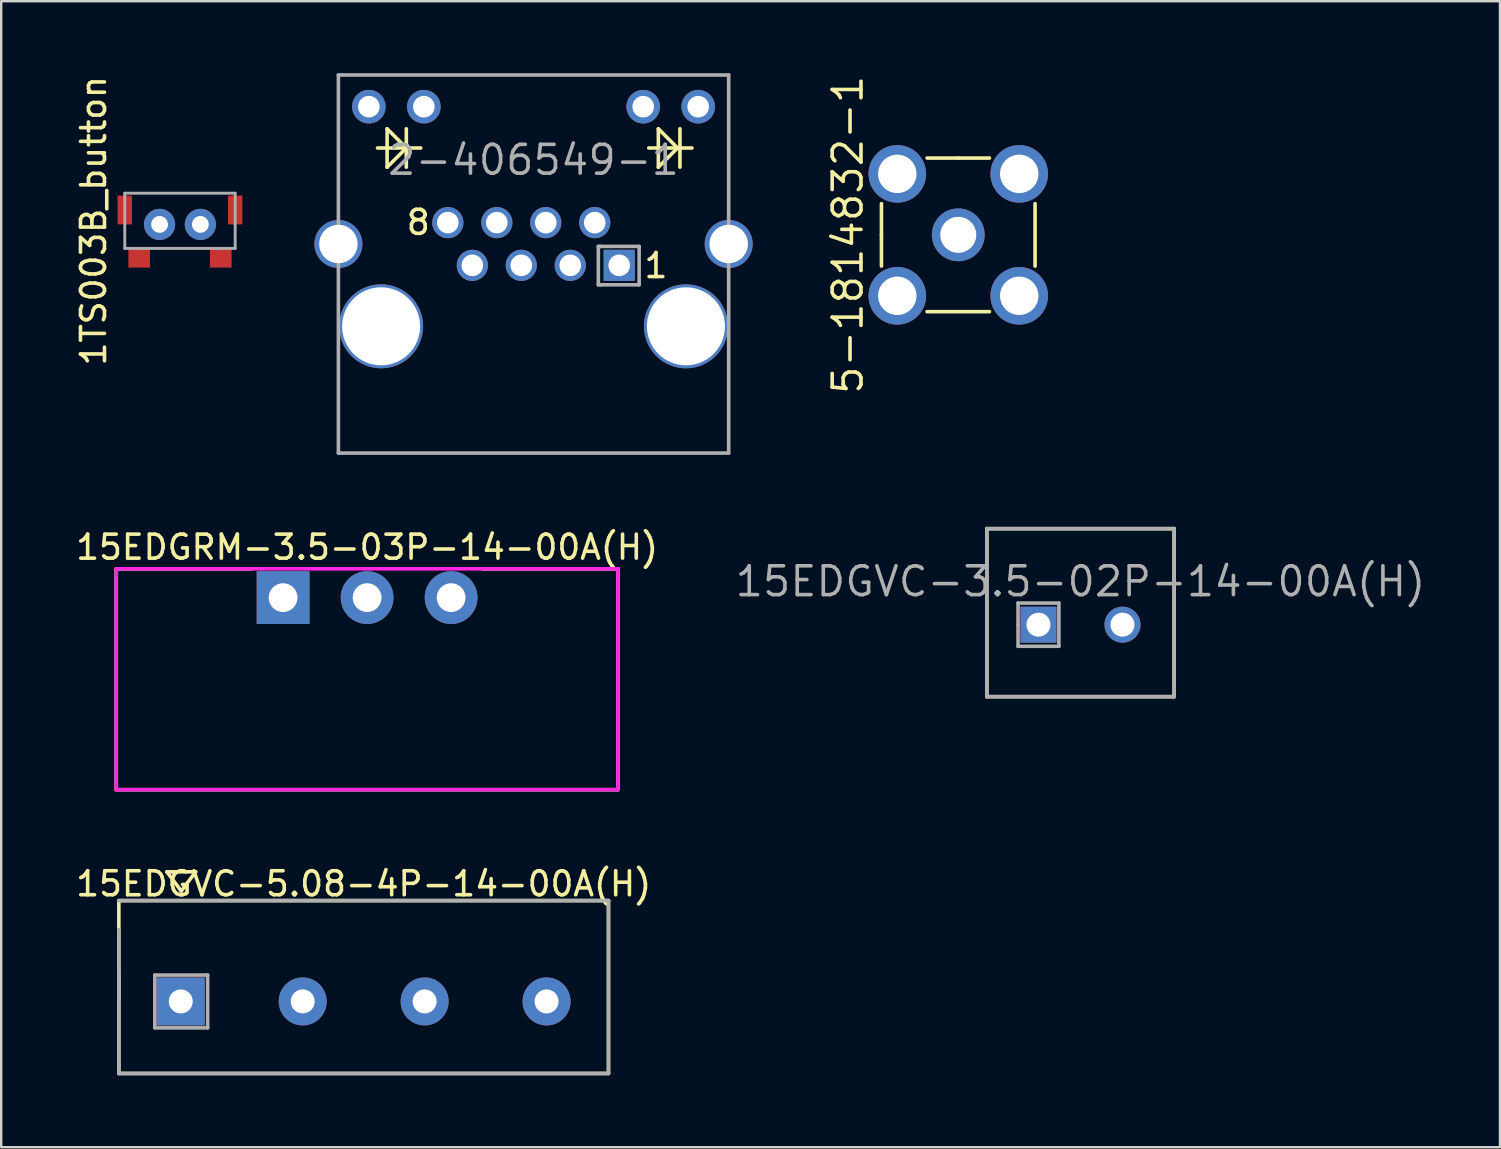
<source format=kicad_pcb>
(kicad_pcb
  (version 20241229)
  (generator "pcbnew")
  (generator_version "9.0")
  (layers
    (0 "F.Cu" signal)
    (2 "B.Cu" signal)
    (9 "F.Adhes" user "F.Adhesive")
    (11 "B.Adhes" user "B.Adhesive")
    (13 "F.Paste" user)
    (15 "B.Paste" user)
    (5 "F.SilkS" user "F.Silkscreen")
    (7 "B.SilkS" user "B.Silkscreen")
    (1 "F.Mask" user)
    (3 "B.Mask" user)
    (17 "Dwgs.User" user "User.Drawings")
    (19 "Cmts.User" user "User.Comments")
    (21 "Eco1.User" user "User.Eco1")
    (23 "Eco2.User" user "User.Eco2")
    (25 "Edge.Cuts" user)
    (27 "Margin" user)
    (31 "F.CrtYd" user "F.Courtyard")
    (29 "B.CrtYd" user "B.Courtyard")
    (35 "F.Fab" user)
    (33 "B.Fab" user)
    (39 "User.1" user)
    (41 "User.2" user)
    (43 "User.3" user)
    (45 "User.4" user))
  (footprint "15EDGVC-3.5-02P-14-00A(H)"
    (layer "F.Cu")
    (at 41.965 22.975)
    (property "Reference" "15EDGVC-3.5-02P-14-00A(H)" (at 0 -1.8 0) (layer "F.Fab") (effects (font (size 1.2 1.2) (thickness 0.15))))
    (attr through_hole)
    (fp_line (start -3.9 -4) (end -3.9 0) (stroke (width 0.15) (type solid)) (layer "F.SilkS"))
    (fp_line (start -3.9 0) (end -3.9 3) (stroke (width 0.15) (type solid)) (layer "F.SilkS"))
    (fp_line (start -3.9 3) (end 3.9 3) (stroke (width 0.15) (type solid)) (layer "F.SilkS"))
    (fp_line (start 3.9 -4) (end -3.9 -4) (stroke (width 0.15) (type solid)) (layer "F.SilkS"))
    (fp_line (start 3.9 3) (end 3.9 -4) (stroke (width 0.15) (type solid)) (layer "F.SilkS"))
    (fp_line (start -3.9 -4) (end 3.9 -4) (stroke (width 0.15) (type solid)) (layer "F.Fab"))
    (fp_line (start -3.9 0) (end -3.9 -4) (stroke (width 0.15) (type solid)) (layer "F.Fab"))
    (fp_line (start -3.9 3) (end -3.9 0) (stroke (width 0.15) (type solid)) (layer "F.Fab"))
    (fp_line (start -2.6 -0.9) (end -0.9 -0.9) (stroke (width 0.15) (type solid)) (layer "F.Fab"))
    (fp_line (start -2.6 0) (end -2.6 -0.9) (stroke (width 0.15) (type solid)) (layer "F.Fab"))
    (fp_line (start -2.6 0.9) (end -2.6 0) (stroke (width 0.15) (type solid)) (layer "F.Fab"))
    (fp_line (start -0.9 -0.9) (end -0.9 0.9) (stroke (width 0.15) (type solid)) (layer "F.Fab"))
    (fp_line (start -0.9 0.9) (end -2.6 0.9) (stroke (width 0.15) (type solid)) (layer "F.Fab"))
    (fp_line (start 3.9 -4) (end 3.9 3) (stroke (width 0.15) (type solid)) (layer "F.Fab"))
    (fp_line (start 3.9 3) (end -3.9 3) (stroke (width 0.15) (type solid)) (layer "F.Fab"))
    (pad "1" thru_hole rect (at -1.75 0) (size 1.5 1.5) (drill 1) (layers "*.Cu" "*.Mask"))
    (pad "2" thru_hole circle (at 1.75 0) (size 1.5 1.5) (drill 1) (layers "*.Cu" "*.Mask")))
  (footprint "15EDGRM-3.5-03P-14-00A(H)"
    (layer "F.Cu")
    (at 12.244 21.848)
    (property "Reference" "15EDGRM-3.5-03P-14-00A(H)" (at 0 -2.1 0) (layer "F.SilkS") (effects (font (size 1 1) (thickness 0.15))))
    (attr through_hole)
    (fp_line (start -10.45 -1.2) (end -10.45 8) (stroke (width 0.15) (type solid)) (layer "F.SilkS"))
    (fp_line (start -10.45 -1.2) (end -4.8 -1.2) (stroke (width 0.15) (type solid)) (layer "F.SilkS"))
    (fp_line (start -10.45 8) (end 10.45 8) (stroke (width 0.15) (type solid)) (layer "F.SilkS"))
    (fp_line (start 10.45 -1.2) (end 4.8 -1.2) (stroke (width 0.15) (type solid)) (layer "F.SilkS"))
    (fp_line (start 10.45 8) (end 10.45 -1.2) (stroke (width 0.15) (type solid)) (layer "F.SilkS"))
    (fp_line (start -10.45 -1.2) (end -10.45 8) (stroke (width 0.15) (type solid)) (layer "F.CrtYd"))
    (fp_line (start -10.45 8) (end 10.45 8) (stroke (width 0.15) (type solid)) (layer "F.CrtYd"))
    (fp_line (start 10.45 -1.2) (end -10.45 -1.2) (stroke (width 0.15) (type solid)) (layer "F.CrtYd"))
    (fp_line (start 10.45 -1.2) (end 10.45 8) (stroke (width 0.15) (type solid)) (layer "F.CrtYd"))
    (pad "1" thru_hole rect (at -3.5 0) (size 2.2 2.2) (drill 1.2) (layers "*.Cu" "*.Mask"))
    (pad "2" thru_hole circle (at 0 0) (size 2.2 2.2) (drill 1.2) (layers "*.Cu" "*.Mask"))
    (pad "3" thru_hole circle (at 3.5 0) (size 2.2 2.2) (drill 1.2) (layers "*.Cu" "*.Mask")))
  (footprint "2-406549-1"
    (layer "F.Cu")
    (at 19.178 7.115)
    (property "Reference" "2-406549-1" (at 0 -3.5 0) (layer "F.Fab") (effects (font (size 1.2 1.2) (thickness 0.15))))
    (attr through_hole)
    (fp_line (start -6.5 -4) (end -4.7 -4) (stroke (width 0.15) (type solid)) (layer "F.SilkS"))
    (fp_line (start -6.1 -4.8) (end -5.3 -4) (stroke (width 0.15) (type solid)) (layer "F.SilkS"))
    (fp_line (start -6.1 -4) (end -6.1 -4.8) (stroke (width 0.15) (type solid)) (layer "F.SilkS"))
    (fp_line (start -6.1 -3.2) (end -6.1 -4) (stroke (width 0.15) (type solid)) (layer "F.SilkS"))
    (fp_line (start -5.3 -4.8) (end -5.3 -3.2) (stroke (width 0.15) (type solid)) (layer "F.SilkS"))
    (fp_line (start -5.3 -4) (end -6.1 -3.2) (stroke (width 0.15) (type solid)) (layer "F.SilkS"))
    (fp_line (start 4.8 -4) (end 6.6 -4) (stroke (width 0.15) (type solid)) (layer "F.SilkS"))
    (fp_line (start 5.2 -4.8) (end 6 -4) (stroke (width 0.15) (type solid)) (layer "F.SilkS"))
    (fp_line (start 5.2 -4) (end 5.2 -4.8) (stroke (width 0.15) (type solid)) (layer "F.SilkS"))
    (fp_line (start 5.2 -3.2) (end 5.2 -4) (stroke (width 0.15) (type solid)) (layer "F.SilkS"))
    (fp_line (start 6 -4) (end 5.2 -3.2) (stroke (width 0.15) (type solid)) (layer "F.SilkS"))
    (fp_line (start 6.1 -4.8) (end 6.1 -3.2) (stroke (width 0.15) (type solid)) (layer "F.SilkS"))
    (fp_line (start -8.13 -7.04) (end -8.13 8.71) (stroke (width 0.15) (type solid)) (layer "F.Fab"))
    (fp_line (start -8.13 8.71) (end 8.13 8.71) (stroke (width 0.15) (type solid)) (layer "F.Fab"))
    (fp_line (start 2.7 0.1) (end 2.8 0.1) (stroke (width 0.15) (type solid)) (layer "F.Fab"))
    (fp_line (start 2.7 1.7) (end 2.7 0.1) (stroke (width 0.15) (type solid)) (layer "F.Fab"))
    (fp_line (start 2.8 0.1) (end 4.4 0.1) (stroke (width 0.15) (type solid)) (layer "F.Fab"))
    (fp_line (start 2.8 1.7) (end 2.7 1.7) (stroke (width 0.15) (type solid)) (layer "F.Fab"))
    (fp_line (start 4.4 0.1) (end 4.4 1.7) (stroke (width 0.15) (type solid)) (layer "F.Fab"))
    (fp_line (start 4.4 1.7) (end 2.8 1.7) (stroke (width 0.15) (type solid)) (layer "F.Fab"))
    (fp_line (start 8.13 -7.04) (end -8.13 -7.04) (stroke (width 0.15) (type solid)) (layer "F.Fab"))
    (fp_line (start 8.13 8.71) (end 8.13 -7.04) (stroke (width 0.15) (type solid)) (layer "F.Fab"))
    (fp_text user "1" (at 5.1 0.9 0) (layer "F.SilkS") (effects (font (size 1 1) (thickness 0.15))))
    (fp_text user "8" (at -4.8 -0.9 0) (layer "F.SilkS") (effects (font (size 1 1) (thickness 0.15))))
    (pad "" np_thru_hole circle (at -6.35 3.43) (size 3.5 3.5) (drill 3.25) (layers "*.Cu" "*.Mask"))
    (pad "" np_thru_hole circle (at 6.35 3.43) (size 3.5 3.5) (drill 3.25) (layers "*.Cu" "*.Mask"))
    (pad "1" thru_hole rect (at 3.57 0.89) (size 1.3 1.3) (drill 0.9) (layers "*.Cu" "*.Mask"))
    (pad "2" thru_hole circle (at 2.55 -0.89) (size 1.3 1.3) (drill 0.9) (layers "*.Cu" "*.Mask"))
    (pad "3" thru_hole circle (at 1.53 0.89) (size 1.3 1.3) (drill 0.9) (layers "*.Cu" "*.Mask"))
    (pad "4" thru_hole circle (at 0.51 -0.89) (size 1.3 1.3) (drill 0.9) (layers "*.Cu" "*.Mask"))
    (pad "5" thru_hole circle (at -0.51 0.89) (size 1.3 1.3) (drill 0.9) (layers "*.Cu" "*.Mask"))
    (pad "6" thru_hole circle (at -1.53 -0.89) (size 1.3 1.3) (drill 0.9) (layers "*.Cu" "*.Mask"))
    (pad "7" thru_hole circle (at -2.55 0.89) (size 1.3 1.3) (drill 0.9) (layers "*.Cu" "*.Mask"))
    (pad "8" thru_hole circle (at -3.57 -0.89) (size 1.3 1.3) (drill 0.9) (layers "*.Cu" "*.Mask"))
    (pad "9" thru_hole circle (at -8.13 0) (size 2 2) (drill 1.6) (layers "*.Cu" "*.Mask"))
    (pad "10" thru_hole circle (at 8.13 0) (size 2 2) (drill 1.6) (layers "*.Cu" "*.Mask"))
    (pad "11" thru_hole circle (at -6.86 -5.72) (size 1.4 1.4) (drill 0.9) (layers "*.Cu" "*.Mask"))
    (pad "12" thru_hole circle (at -4.57 -5.72) (size 1.4 1.4) (drill 0.9) (layers "*.Cu" "*.Mask"))
    (pad "13" thru_hole circle (at 4.57 -5.72) (size 1.4 1.4) (drill 0.9) (layers "*.Cu" "*.Mask"))
    (pad "14" thru_hole circle (at 6.86 -5.72) (size 1.4 1.4) (drill 0.9) (layers "*.Cu" "*.Mask")))
  (footprint "15EDGVC-5.08-4P-14-00A(H)"
    (layer "F.Cu")
    (at 12.101 38.672)
    (property "Reference" "15EDGVC-5.08-4P-14-00A(H)" (at 0 -4.9 0) (layer "F.SilkS") (effects (font (size 1 1) (thickness 0.15))))
    (attr through_hole)
    (fp_line (start -10.2 -4.2) (end 10.2 -4.2) (stroke (width 0.15) (type solid)) (layer "F.SilkS"))
    (fp_line (start -10.2 3) (end -10.2 -4.2) (stroke (width 0.15) (type solid)) (layer "F.SilkS"))
    (fp_line (start -8.2 -5.4) (end -7.6 -4.6) (stroke (width 0.15) (type solid)) (layer "F.SilkS"))
    (fp_line (start -8 -5.4) (end -8.2 -5.4) (stroke (width 0.15) (type solid)) (layer "F.SilkS"))
    (fp_line (start -7.6 -4.6) (end -7 -5.4) (stroke (width 0.15) (type solid)) (layer "F.SilkS"))
    (fp_line (start -7 -5.4) (end -8 -5.4) (stroke (width 0.15) (type solid)) (layer "F.SilkS"))
    (fp_line (start 10.2 -4.2) (end 10.2 3) (stroke (width 0.15) (type solid)) (layer "F.SilkS"))
    (fp_line (start 10.2 3) (end -10.2 3) (stroke (width 0.15) (type solid)) (layer "F.SilkS"))
    (fp_line (start -10.2 -4.2) (end 10.2 -4.2) (stroke (width 0.15) (type solid)) (layer "F.Fab"))
    (fp_line (start -10.2 0) (end -10.2 -3) (stroke (width 0.15) (type solid)) (layer "F.Fab"))
    (fp_line (start -10.2 3) (end -10.2 -1.2) (stroke (width 0.15) (type solid)) (layer "F.Fab"))
    (fp_line (start -8.7 -1.1) (end -6.5 -1.1) (stroke (width 0.15) (type solid)) (layer "F.Fab"))
    (fp_line (start -8.7 1.1) (end -8.7 -1.1) (stroke (width 0.15) (type solid)) (layer "F.Fab"))
    (fp_line (start -6.5 -1.1) (end -6.5 1.1) (stroke (width 0.15) (type solid)) (layer "F.Fab"))
    (fp_line (start -6.5 1.1) (end -8.7 1.1) (stroke (width 0.15) (type solid)) (layer "F.Fab"))
    (fp_line (start 10.2 -4.2) (end 10.2 3) (stroke (width 0.15) (type solid)) (layer "F.Fab"))
    (fp_line (start 10.2 3) (end -10.2 3) (stroke (width 0.15) (type solid)) (layer "F.Fab"))
    (pad "1" thru_hole rect (at -7.62 0) (size 2 2) (drill 1) (layers "*.Cu" "*.Mask"))
    (pad "2" thru_hole circle (at -2.54 0) (size 2 2) (drill 1) (layers "*.Cu" "*.Mask"))
    (pad "3" thru_hole circle (at 2.54 0) (size 2 2) (drill 1) (layers "*.Cu" "*.Mask"))
    (pad "4" thru_hole circle (at 7.62 0) (size 2 2) (drill 1) (layers "*.Cu" "*.Mask")))
  (footprint "5-1814832-1"
    (layer "F.Cu")
    (at 36.873 6.734)
    (property "Reference" "5-1814832-1" (at -4.6 0 90) (layer "F.SilkS") (effects (font (size 1.2 1.2) (thickness 0.15))))
    (attr through_hole)
    (fp_line (start -3.2 0) (end -3.2 -1.3) (stroke (width 0.15) (type solid)) (layer "F.SilkS"))
    (fp_line (start -3.2 0) (end -3.2 1.3) (stroke (width 0.15) (type solid)) (layer "F.SilkS"))
    (fp_line (start 0 -3.2) (end -1.3 -3.2) (stroke (width 0.15) (type solid)) (layer "F.SilkS"))
    (fp_line (start 0 -3.2) (end 1.3 -3.2) (stroke (width 0.15) (type solid)) (layer "F.SilkS"))
    (fp_line (start 1.3 3.2) (end -1.3 3.2) (stroke (width 0.15) (type solid)) (layer "F.SilkS"))
    (fp_line (start 3.2 -1.3) (end 3.2 1.3) (stroke (width 0.15) (type solid)) (layer "F.SilkS"))
    (pad "1" thru_hole circle (at -2.54 2.54) (size 2.4 2.4) (drill 1.6) (layers "*.Cu" "*.Mask"))
    (pad "2" thru_hole circle (at 2.54 2.54) (size 2.4 2.4) (drill 1.6) (layers "*.Cu" "*.Mask"))
    (pad "3" thru_hole circle (at 2.54 -2.54) (size 2.4 2.4) (drill 1.6) (layers "*.Cu" "*.Mask"))
    (pad "4" thru_hole circle (at -2.54 -2.54) (size 2.4 2.4) (drill 1.6) (layers "*.Cu" "*.Mask"))
    (pad "5" thru_hole circle (at 0 0) (size 2.2 2.2) (drill 1.5) (layers "*.Cu" "*.Mask")))
  (footprint "1TS003B_button"
    (layer "F.Cu")
    (at 4.448 6.149)
    (property "Reference" "1TS003B_button" (at -3.6 0 90) (layer "F.SilkS") (effects (font (size 1 1) (thickness 0.15))))
    (attr smd)
    (fp_line (start -2.3 -1.15) (end -2.3 1.15) (stroke (width 0.12) (type solid)) (layer "F.Fab"))
    (fp_line (start -2.3 1.15) (end 2.3 1.15) (stroke (width 0.12) (type solid)) (layer "F.Fab"))
    (fp_line (start 2.3 -1.15) (end -2.3 -1.15) (stroke (width 0.12) (type solid)) (layer "F.Fab"))
    (fp_line (start 2.3 1.15) (end 2.3 -1.15) (stroke (width 0.12) (type solid)) (layer "F.Fab"))
    (pad "" np_thru_hole circle (at -0.85 0.15) (size 1.3 1.3) (drill 0.7) (layers "*.Cu" "*.Mask"))
    (pad "" np_thru_hole circle (at 0.85 0.15) (size 1.3 1.3) (drill 0.7) (layers "*.Cu" "*.Mask"))
    (pad "1" smd rect (at -1.7 1.55) (size 0.9 0.8) (layers "F.Cu" "F.Mask" "F.Paste"))
    (pad "2" smd rect (at 1.7 1.55) (size 0.9 0.8) (layers "F.Cu" "F.Mask" "F.Paste"))
    (pad "3" smd rect (at -2.3 -0.45) (size 0.6 1.2) (layers "F.Cu" "F.Mask" "F.Paste"))
    (pad "4" smd rect (at 2.3 -0.45) (size 0.6 1.2) (layers "F.Cu" "F.Mask" "F.Paste")))
  (gr_rect
    (start -3 -3)
    (end 59.441 44.746)
    (stroke (width 0.1) (type default))
    (fill no)
    (layer "Edge.Cuts")))
</source>
